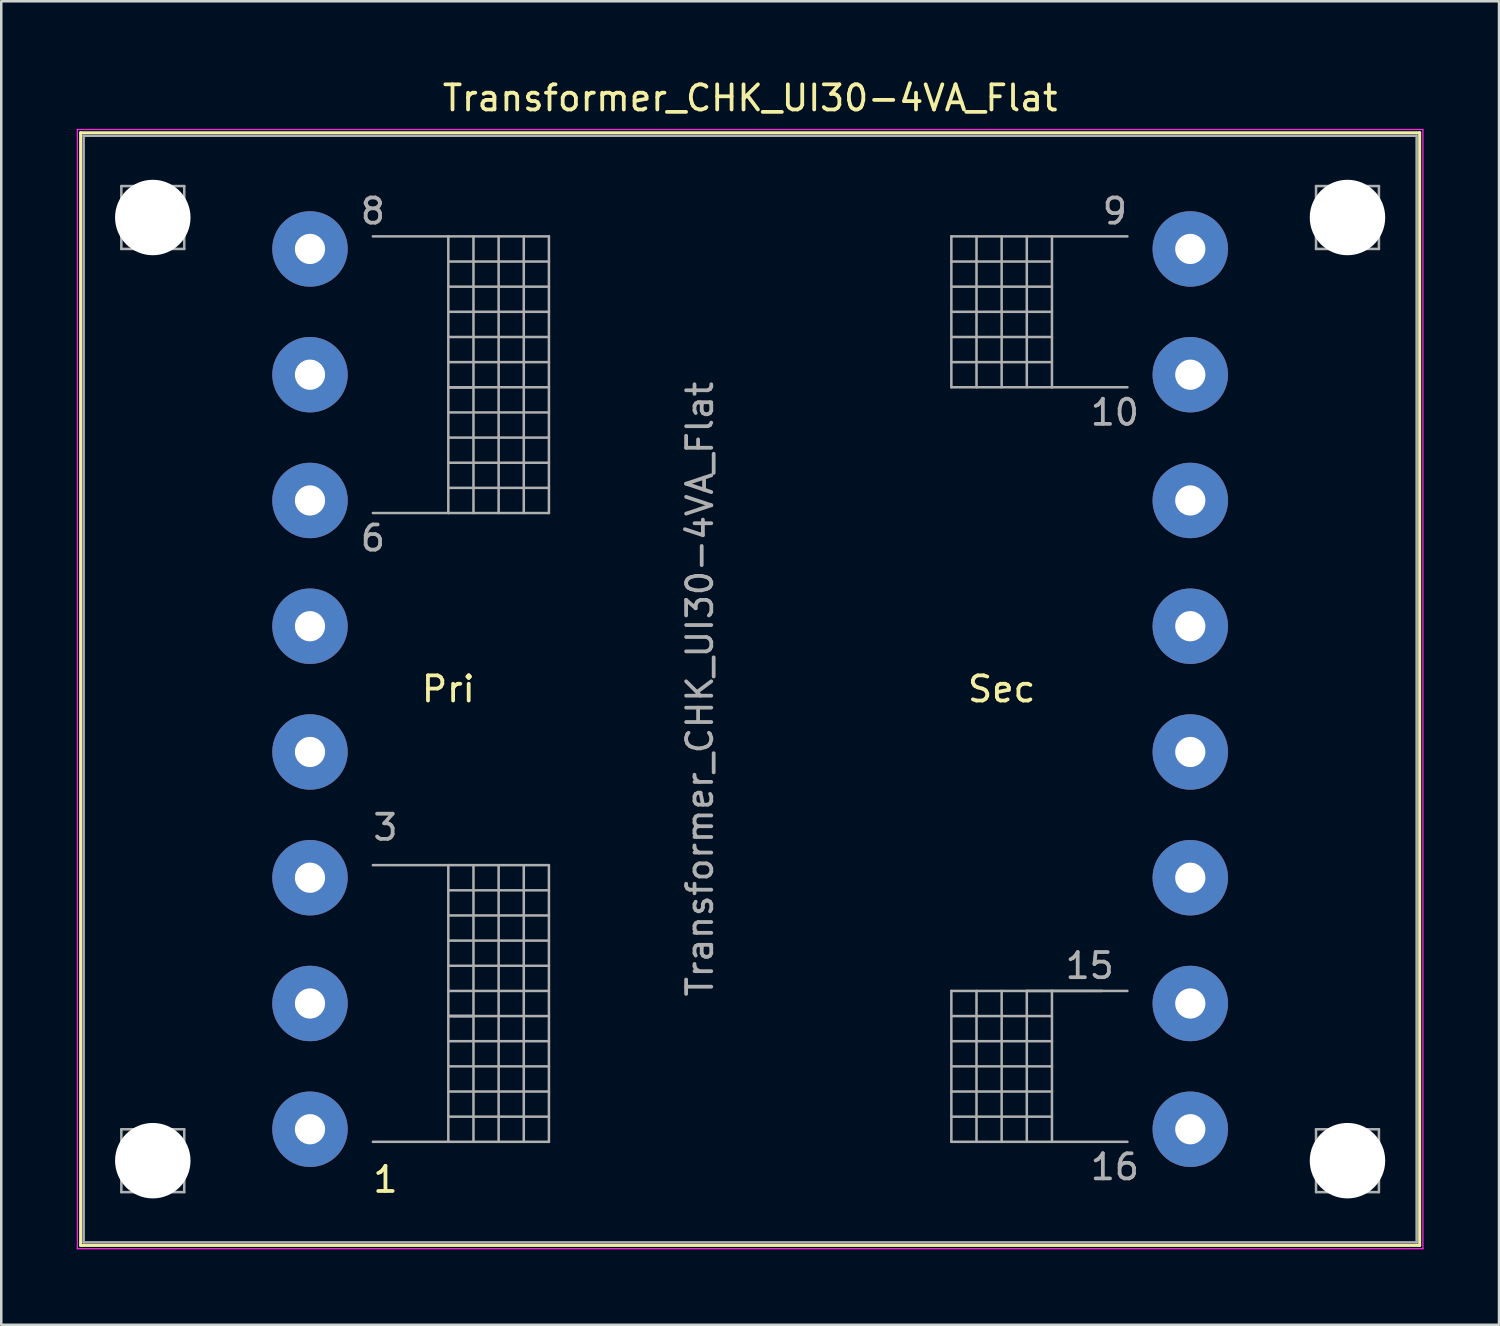
<source format=kicad_pcb>
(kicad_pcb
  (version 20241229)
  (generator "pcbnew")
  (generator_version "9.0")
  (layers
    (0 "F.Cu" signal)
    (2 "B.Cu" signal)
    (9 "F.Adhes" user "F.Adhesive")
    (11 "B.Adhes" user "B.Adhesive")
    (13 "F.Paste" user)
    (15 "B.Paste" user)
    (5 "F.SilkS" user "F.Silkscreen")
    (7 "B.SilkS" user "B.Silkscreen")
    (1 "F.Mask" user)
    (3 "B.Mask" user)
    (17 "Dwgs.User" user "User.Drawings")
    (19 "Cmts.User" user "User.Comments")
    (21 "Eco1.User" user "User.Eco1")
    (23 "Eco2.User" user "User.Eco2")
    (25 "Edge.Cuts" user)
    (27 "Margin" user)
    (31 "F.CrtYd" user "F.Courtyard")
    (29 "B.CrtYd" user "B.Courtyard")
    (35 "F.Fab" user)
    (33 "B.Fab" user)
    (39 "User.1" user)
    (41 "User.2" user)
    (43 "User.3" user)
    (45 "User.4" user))
  (footprint "Transformer_CHK_UI30-4VA_Flat"
    (layer "F.Cu")
    (at 9.275 41.848)
    (property "Reference" "Transformer_CHK_UI30-4VA_Flat" (at 17.5 -41 0) (layer "F.SilkS") (effects (font (size 1 1) (thickness 0.15))))
    (attr through_hole)
    (fp_line (start -9.12 -39.62) (end -9.12 4.62) (stroke (width 0.12) (type solid)) (layer "F.SilkS"))
    (fp_line (start -9.12 -39.62) (end 44.12 -39.62) (stroke (width 0.12) (type solid)) (layer "F.SilkS"))
    (fp_line (start 44.12 4.62) (end -9.12 4.62) (stroke (width 0.12) (type solid)) (layer "F.SilkS"))
    (fp_line (start 44.12 4.62) (end 44.12 -39.62) (stroke (width 0.12) (type solid)) (layer "F.SilkS"))
    (fp_line (start -9.25 -39.75) (end -9.25 4.75) (stroke (width 0.05) (type solid)) (layer "F.CrtYd"))
    (fp_line (start -9.25 -39.75) (end 44.25 -39.75) (stroke (width 0.05) (type solid)) (layer "F.CrtYd"))
    (fp_line (start 44.25 4.75) (end -9.25 4.75) (stroke (width 0.05) (type solid)) (layer "F.CrtYd"))
    (fp_line (start 44.25 4.75) (end 44.25 -39.75) (stroke (width 0.05) (type solid)) (layer "F.CrtYd"))
    (fp_line (start -9 -39.5) (end -9 4.5) (stroke (width 0.1) (type solid)) (layer "F.Fab"))
    (fp_line (start -9 4.5) (end 44 4.5) (stroke (width 0.1) (type solid)) (layer "F.Fab"))
    (fp_line (start -7.5 -37.5) (end -7.5 -35) (stroke (width 0.1) (type solid)) (layer "F.Fab"))
    (fp_line (start -7.5 -35) (end -5 -35) (stroke (width 0.1) (type solid)) (layer "F.Fab"))
    (fp_line (start -7.5 0) (end -7.5 2.5) (stroke (width 0.1) (type solid)) (layer "F.Fab"))
    (fp_line (start -7.5 2.5) (end -5 2.5) (stroke (width 0.1) (type solid)) (layer "F.Fab"))
    (fp_line (start -6.25 -37.5) (end -7.5 -37.5) (stroke (width 0.1) (type solid)) (layer "F.Fab"))
    (fp_line (start -6.25 0) (end -7.5 0) (stroke (width 0.1) (type solid)) (layer "F.Fab"))
    (fp_line (start -5 -37.5) (end -6.25 -37.5) (stroke (width 0.1) (type solid)) (layer "F.Fab"))
    (fp_line (start -5 -35) (end -5 -37.5) (stroke (width 0.1) (type solid)) (layer "F.Fab"))
    (fp_line (start -5 0) (end -6.25 0) (stroke (width 0.1) (type solid)) (layer "F.Fab"))
    (fp_line (start -5 2.5) (end -5 0) (stroke (width 0.1) (type solid)) (layer "F.Fab"))
    (fp_line (start 2.5 -35.5) (end 5.5 -35.5) (stroke (width 0.1) (type solid)) (layer "F.Fab"))
    (fp_line (start 2.5 -10.5) (end 5.5 -10.5) (stroke (width 0.1) (type solid)) (layer "F.Fab"))
    (fp_line (start 5.5 -35.5) (end 5.5 -24.5) (stroke (width 0.1) (type solid)) (layer "F.Fab"))
    (fp_line (start 5.5 -35.5) (end 9.5 -35.5) (stroke (width 0.1) (type solid)) (layer "F.Fab"))
    (fp_line (start 5.5 -34.5) (end 9.5 -34.5) (stroke (width 0.1) (type solid)) (layer "F.Fab"))
    (fp_line (start 5.5 -33.5) (end 9.5 -33.5) (stroke (width 0.1) (type solid)) (layer "F.Fab"))
    (fp_line (start 5.5 -32.5) (end 9.5 -32.5) (stroke (width 0.1) (type solid)) (layer "F.Fab"))
    (fp_line (start 5.5 -31.5) (end 9.5 -31.5) (stroke (width 0.1) (type solid)) (layer "F.Fab"))
    (fp_line (start 5.5 -30.5) (end 9.5 -30.5) (stroke (width 0.1) (type solid)) (layer "F.Fab"))
    (fp_line (start 5.5 -29.5) (end 6.5 -29.5) (stroke (width 0.1) (type solid)) (layer "F.Fab"))
    (fp_line (start 5.5 -28.5) (end 9.5 -28.5) (stroke (width 0.1) (type solid)) (layer "F.Fab"))
    (fp_line (start 5.5 -26.5) (end 8.5 -26.5) (stroke (width 0.1) (type solid)) (layer "F.Fab"))
    (fp_line (start 5.5 -24.5) (end 2.5 -24.5) (stroke (width 0.1) (type solid)) (layer "F.Fab"))
    (fp_line (start 5.5 -10.5) (end 5.5 0.5) (stroke (width 0.1) (type solid)) (layer "F.Fab"))
    (fp_line (start 5.5 -10.5) (end 9.5 -10.5) (stroke (width 0.1) (type solid)) (layer "F.Fab"))
    (fp_line (start 5.5 -9.5) (end 9.5 -9.5) (stroke (width 0.1) (type solid)) (layer "F.Fab"))
    (fp_line (start 5.5 -8.5) (end 9.5 -8.5) (stroke (width 0.1) (type solid)) (layer "F.Fab"))
    (fp_line (start 5.5 -7.5) (end 9.5 -7.5) (stroke (width 0.1) (type solid)) (layer "F.Fab"))
    (fp_line (start 5.5 -6.5) (end 9.5 -6.5) (stroke (width 0.1) (type solid)) (layer "F.Fab"))
    (fp_line (start 5.5 -5.5) (end 9.5 -5.5) (stroke (width 0.1) (type solid)) (layer "F.Fab"))
    (fp_line (start 5.5 -4.5) (end 6.5 -4.5) (stroke (width 0.1) (type solid)) (layer "F.Fab"))
    (fp_line (start 5.5 -3.5) (end 9.5 -3.5) (stroke (width 0.1) (type solid)) (layer "F.Fab"))
    (fp_line (start 5.5 -1.5) (end 8.5 -1.5) (stroke (width 0.1) (type solid)) (layer "F.Fab"))
    (fp_line (start 5.5 0.5) (end 2.5 0.5) (stroke (width 0.1) (type solid)) (layer "F.Fab"))
    (fp_line (start 6.5 -35.5) (end 6.5 -24.5) (stroke (width 0.1) (type solid)) (layer "F.Fab"))
    (fp_line (start 6.5 -29.5) (end 5.5 -29.5) (stroke (width 0.1) (type solid)) (layer "F.Fab"))
    (fp_line (start 6.5 -10.5) (end 6.5 0.5) (stroke (width 0.1) (type solid)) (layer "F.Fab"))
    (fp_line (start 6.5 -4.5) (end 5.5 -4.5) (stroke (width 0.1) (type solid)) (layer "F.Fab"))
    (fp_line (start 7.5 -24.5) (end 7.5 -35.5) (stroke (width 0.1) (type solid)) (layer "F.Fab"))
    (fp_line (start 7.5 0.5) (end 7.5 -10.5) (stroke (width 0.1) (type solid)) (layer "F.Fab"))
    (fp_line (start 8.5 -35.5) (end 8.5 -24.5) (stroke (width 0.1) (type solid)) (layer "F.Fab"))
    (fp_line (start 8.5 -26.5) (end 9.5 -26.5) (stroke (width 0.1) (type solid)) (layer "F.Fab"))
    (fp_line (start 8.5 -10.5) (end 8.5 0.5) (stroke (width 0.1) (type solid)) (layer "F.Fab"))
    (fp_line (start 8.5 -1.5) (end 9.5 -1.5) (stroke (width 0.1) (type solid)) (layer "F.Fab"))
    (fp_line (start 9.5 -35.5) (end 9.5 -24.5) (stroke (width 0.1) (type solid)) (layer "F.Fab"))
    (fp_line (start 9.5 -29.5) (end 5.5 -29.5) (stroke (width 0.1) (type solid)) (layer "F.Fab"))
    (fp_line (start 9.5 -27.5) (end 5.5 -27.5) (stroke (width 0.1) (type solid)) (layer "F.Fab"))
    (fp_line (start 9.5 -25.5) (end 5.5 -25.5) (stroke (width 0.1) (type solid)) (layer "F.Fab"))
    (fp_line (start 9.5 -24.5) (end 5.5 -24.5) (stroke (width 0.1) (type solid)) (layer "F.Fab"))
    (fp_line (start 9.5 -10.5) (end 9.5 0.5) (stroke (width 0.1) (type solid)) (layer "F.Fab"))
    (fp_line (start 9.5 -4.5) (end 5.5 -4.5) (stroke (width 0.1) (type solid)) (layer "F.Fab"))
    (fp_line (start 9.5 -2.5) (end 5.5 -2.5) (stroke (width 0.1) (type solid)) (layer "F.Fab"))
    (fp_line (start 9.5 -0.5) (end 5.5 -0.5) (stroke (width 0.1) (type solid)) (layer "F.Fab"))
    (fp_line (start 9.5 0.5) (end 5.5 0.5) (stroke (width 0.1) (type solid)) (layer "F.Fab"))
    (fp_line (start 25.5 -35.5) (end 25.5 -29.5) (stroke (width 0.1) (type solid)) (layer "F.Fab"))
    (fp_line (start 25.5 -34.5) (end 29.5 -34.5) (stroke (width 0.1) (type solid)) (layer "F.Fab"))
    (fp_line (start 25.5 -32.5) (end 29.5 -32.5) (stroke (width 0.1) (type solid)) (layer "F.Fab"))
    (fp_line (start 25.5 -31.5) (end 29.5 -31.5) (stroke (width 0.1) (type solid)) (layer "F.Fab"))
    (fp_line (start 25.5 -29.5) (end 29.5 -29.5) (stroke (width 0.1) (type solid)) (layer "F.Fab"))
    (fp_line (start 25.5 -5.5) (end 25.5 0.5) (stroke (width 0.1) (type solid)) (layer "F.Fab"))
    (fp_line (start 25.5 -4.5) (end 29.5 -4.5) (stroke (width 0.1) (type solid)) (layer "F.Fab"))
    (fp_line (start 25.5 -2.5) (end 29.5 -2.5) (stroke (width 0.1) (type solid)) (layer "F.Fab"))
    (fp_line (start 25.5 -1.5) (end 29.5 -1.5) (stroke (width 0.1) (type solid)) (layer "F.Fab"))
    (fp_line (start 25.5 0.5) (end 29.5 0.5) (stroke (width 0.1) (type solid)) (layer "F.Fab"))
    (fp_line (start 26.5 -35.5) (end 26.5 -29.5) (stroke (width 0.1) (type solid)) (layer "F.Fab"))
    (fp_line (start 26.5 -5.5) (end 26.5 0.5) (stroke (width 0.1) (type solid)) (layer "F.Fab"))
    (fp_line (start 27.5 -35.5) (end 27.5 -29.5) (stroke (width 0.1) (type solid)) (layer "F.Fab"))
    (fp_line (start 27.5 -5.5) (end 27.5 0.5) (stroke (width 0.1) (type solid)) (layer "F.Fab"))
    (fp_line (start 28.5 -35.5) (end 28.5 -29.5) (stroke (width 0.1) (type solid)) (layer "F.Fab"))
    (fp_line (start 28.5 -5.5) (end 28.5 0.5) (stroke (width 0.1) (type solid)) (layer "F.Fab"))
    (fp_line (start 29.5 -35.5) (end 25.5 -35.5) (stroke (width 0.1) (type solid)) (layer "F.Fab"))
    (fp_line (start 29.5 -35.5) (end 29.5 -29.5) (stroke (width 0.1) (type solid)) (layer "F.Fab"))
    (fp_line (start 29.5 -33.5) (end 25.5 -33.5) (stroke (width 0.1) (type solid)) (layer "F.Fab"))
    (fp_line (start 29.5 -30.5) (end 25.5 -30.5) (stroke (width 0.1) (type solid)) (layer "F.Fab"))
    (fp_line (start 29.5 -29.5) (end 32.5 -29.5) (stroke (width 0.1) (type solid)) (layer "F.Fab"))
    (fp_line (start 29.5 -5.5) (end 25.5 -5.5) (stroke (width 0.1) (type solid)) (layer "F.Fab"))
    (fp_line (start 29.5 -5.5) (end 29.5 0.5) (stroke (width 0.1) (type solid)) (layer "F.Fab"))
    (fp_line (start 29.5 -3.5) (end 25.5 -3.5) (stroke (width 0.1) (type solid)) (layer "F.Fab"))
    (fp_line (start 29.5 -0.5) (end 25.5 -0.5) (stroke (width 0.1) (type solid)) (layer "F.Fab"))
    (fp_line (start 29.5 0.5) (end 32.5 0.5) (stroke (width 0.1) (type solid)) (layer "F.Fab"))
    (fp_line (start 31.5 -5.5) (end 28.5 -5.5) (stroke (width 0.1) (type solid)) (layer "F.Fab"))
    (fp_line (start 32.5 -35.5) (end 29.5 -35.5) (stroke (width 0.1) (type solid)) (layer "F.Fab"))
    (fp_line (start 32.5 -5.5) (end 29.5 -5.5) (stroke (width 0.1) (type solid)) (layer "F.Fab"))
    (fp_line (start 40 -37.5) (end 40 -35) (stroke (width 0.1) (type solid)) (layer "F.Fab"))
    (fp_line (start 40 -35) (end 42.5 -35) (stroke (width 0.1) (type solid)) (layer "F.Fab"))
    (fp_line (start 40 0) (end 40 2.5) (stroke (width 0.1) (type solid)) (layer "F.Fab"))
    (fp_line (start 40 2.5) (end 42.5 2.5) (stroke (width 0.1) (type solid)) (layer "F.Fab"))
    (fp_line (start 41.25 -37.5) (end 40 -37.5) (stroke (width 0.1) (type solid)) (layer "F.Fab"))
    (fp_line (start 41.25 0) (end 40 0) (stroke (width 0.1) (type solid)) (layer "F.Fab"))
    (fp_line (start 42.5 -37.5) (end 41.25 -37.5) (stroke (width 0.1) (type solid)) (layer "F.Fab"))
    (fp_line (start 42.5 -35) (end 42.5 -37.5) (stroke (width 0.1) (type solid)) (layer "F.Fab"))
    (fp_line (start 42.5 0) (end 41.25 0) (stroke (width 0.1) (type solid)) (layer "F.Fab"))
    (fp_line (start 42.5 2.5) (end 42.5 0) (stroke (width 0.1) (type solid)) (layer "F.Fab"))
    (fp_line (start 44 -39.5) (end -9 -39.5) (stroke (width 0.1) (type solid)) (layer "F.Fab"))
    (fp_line (start 44 4.5) (end 44 -39.5) (stroke (width 0.1) (type solid)) (layer "F.Fab"))
    (fp_text user "Pri" (at 5.5 -17.5 0) (layer "F.SilkS") (effects (font (size 1 1) (thickness 0.15))))
    (fp_text user "1" (at 3 2 0) (layer "F.SilkS") (effects (font (size 1 1) (thickness 0.15))))
    (fp_text user "Sec" (at 27.5 -17.5 0) (layer "F.SilkS") (effects (font (size 1 1) (thickness 0.15))))
    (fp_text user "9" (at 32 -36.5 0) (layer "F.Fab") (effects (font (size 1 1) (thickness 0.15))))
    (fp_text user "${REFERENCE}" (at 15.5 -17.5 90) (layer "F.Fab") (effects (font (size 1 1) (thickness 0.15))))
    (fp_text user "15" (at 31 -6.5 0) (layer "F.Fab") (effects (font (size 1 1) (thickness 0.15))))
    (fp_text user "10" (at 32 -28.5 0) (layer "F.Fab") (effects (font (size 1 1) (thickness 0.15))))
    (fp_text user "8" (at 2.5 -36.5 0) (layer "F.Fab") (effects (font (size 1 1) (thickness 0.15))))
    (fp_text user "3" (at 3 -12 0) (layer "F.Fab") (effects (font (size 1 1) (thickness 0.15))))
    (fp_text user "16" (at 32 1.5 0) (layer "F.Fab") (effects (font (size 1 1) (thickness 0.15))))
    (fp_text user "6" (at 2.5 -23.5 0) (layer "F.Fab") (effects (font (size 1 1) (thickness 0.15))))
    (pad "" np_thru_hole circle (at -6.25 -36.25) (size 3 3) (drill 3) (layers "*.Cu" "*.Mask"))
    (pad "" np_thru_hole circle (at -6.25 1.25) (size 3 3) (drill 3) (layers "*.Cu" "*.Mask"))
    (pad "" np_thru_hole circle (at 41.25 -36.25) (size 3 3) (drill 3) (layers "*.Cu" "*.Mask"))
    (pad "" np_thru_hole circle (at 41.25 1.25) (size 3 3) (drill 3) (layers "*.Cu" "*.Mask"))
    (pad "1" thru_hole circle (at 0 0) (size 3 3) (drill 1.2) (layers "*.Cu" "*.Mask"))
    (pad "2" thru_hole circle (at 0 -5) (size 3 3) (drill 1.2) (layers "*.Cu" "*.Mask"))
    (pad "3" thru_hole circle (at 0 -10) (size 3 3) (drill 1.2) (layers "*.Cu" "*.Mask"))
    (pad "4" thru_hole circle (at 0 -15) (size 3 3) (drill 1.2) (layers "*.Cu" "*.Mask"))
    (pad "5" thru_hole circle (at 0 -20) (size 3 3) (drill 1.2) (layers "*.Cu" "*.Mask"))
    (pad "6" thru_hole circle (at 0 -25) (size 3 3) (drill 1.2) (layers "*.Cu" "*.Mask"))
    (pad "7" thru_hole circle (at 0 -30) (size 3 3) (drill 1.2) (layers "*.Cu" "*.Mask"))
    (pad "8" thru_hole circle (at 0 -35) (size 3 3) (drill 1.2) (layers "*.Cu" "*.Mask"))
    (pad "9" thru_hole circle (at 35 -35) (size 3 3) (drill 1.2) (layers "*.Cu" "*.Mask"))
    (pad "10" thru_hole circle (at 35 -30) (size 3 3) (drill 1.2) (layers "*.Cu" "*.Mask"))
    (pad "11" thru_hole circle (at 35 -25) (size 3 3) (drill 1.2) (layers "*.Cu" "*.Mask"))
    (pad "12" thru_hole circle (at 35 -20) (size 3 3) (drill 1.2) (layers "*.Cu" "*.Mask"))
    (pad "13" thru_hole circle (at 35 -15) (size 3 3) (drill 1.2) (layers "*.Cu" "*.Mask"))
    (pad "14" thru_hole circle (at 35 -10) (size 3 3) (drill 1.2) (layers "*.Cu" "*.Mask"))
    (pad "15" thru_hole circle (at 35 -5) (size 3 3) (drill 1.2) (layers "*.Cu" "*.Mask"))
    (pad "16" thru_hole circle (at 35 0) (size 3 3) (drill 1.2) (layers "*.Cu" "*.Mask")))
  (gr_rect
    (start -3 -3)
    (end 56.55 49.623)
    (stroke (width 0.1) (type default))
    (fill no)
    (layer "Edge.Cuts")))
</source>
